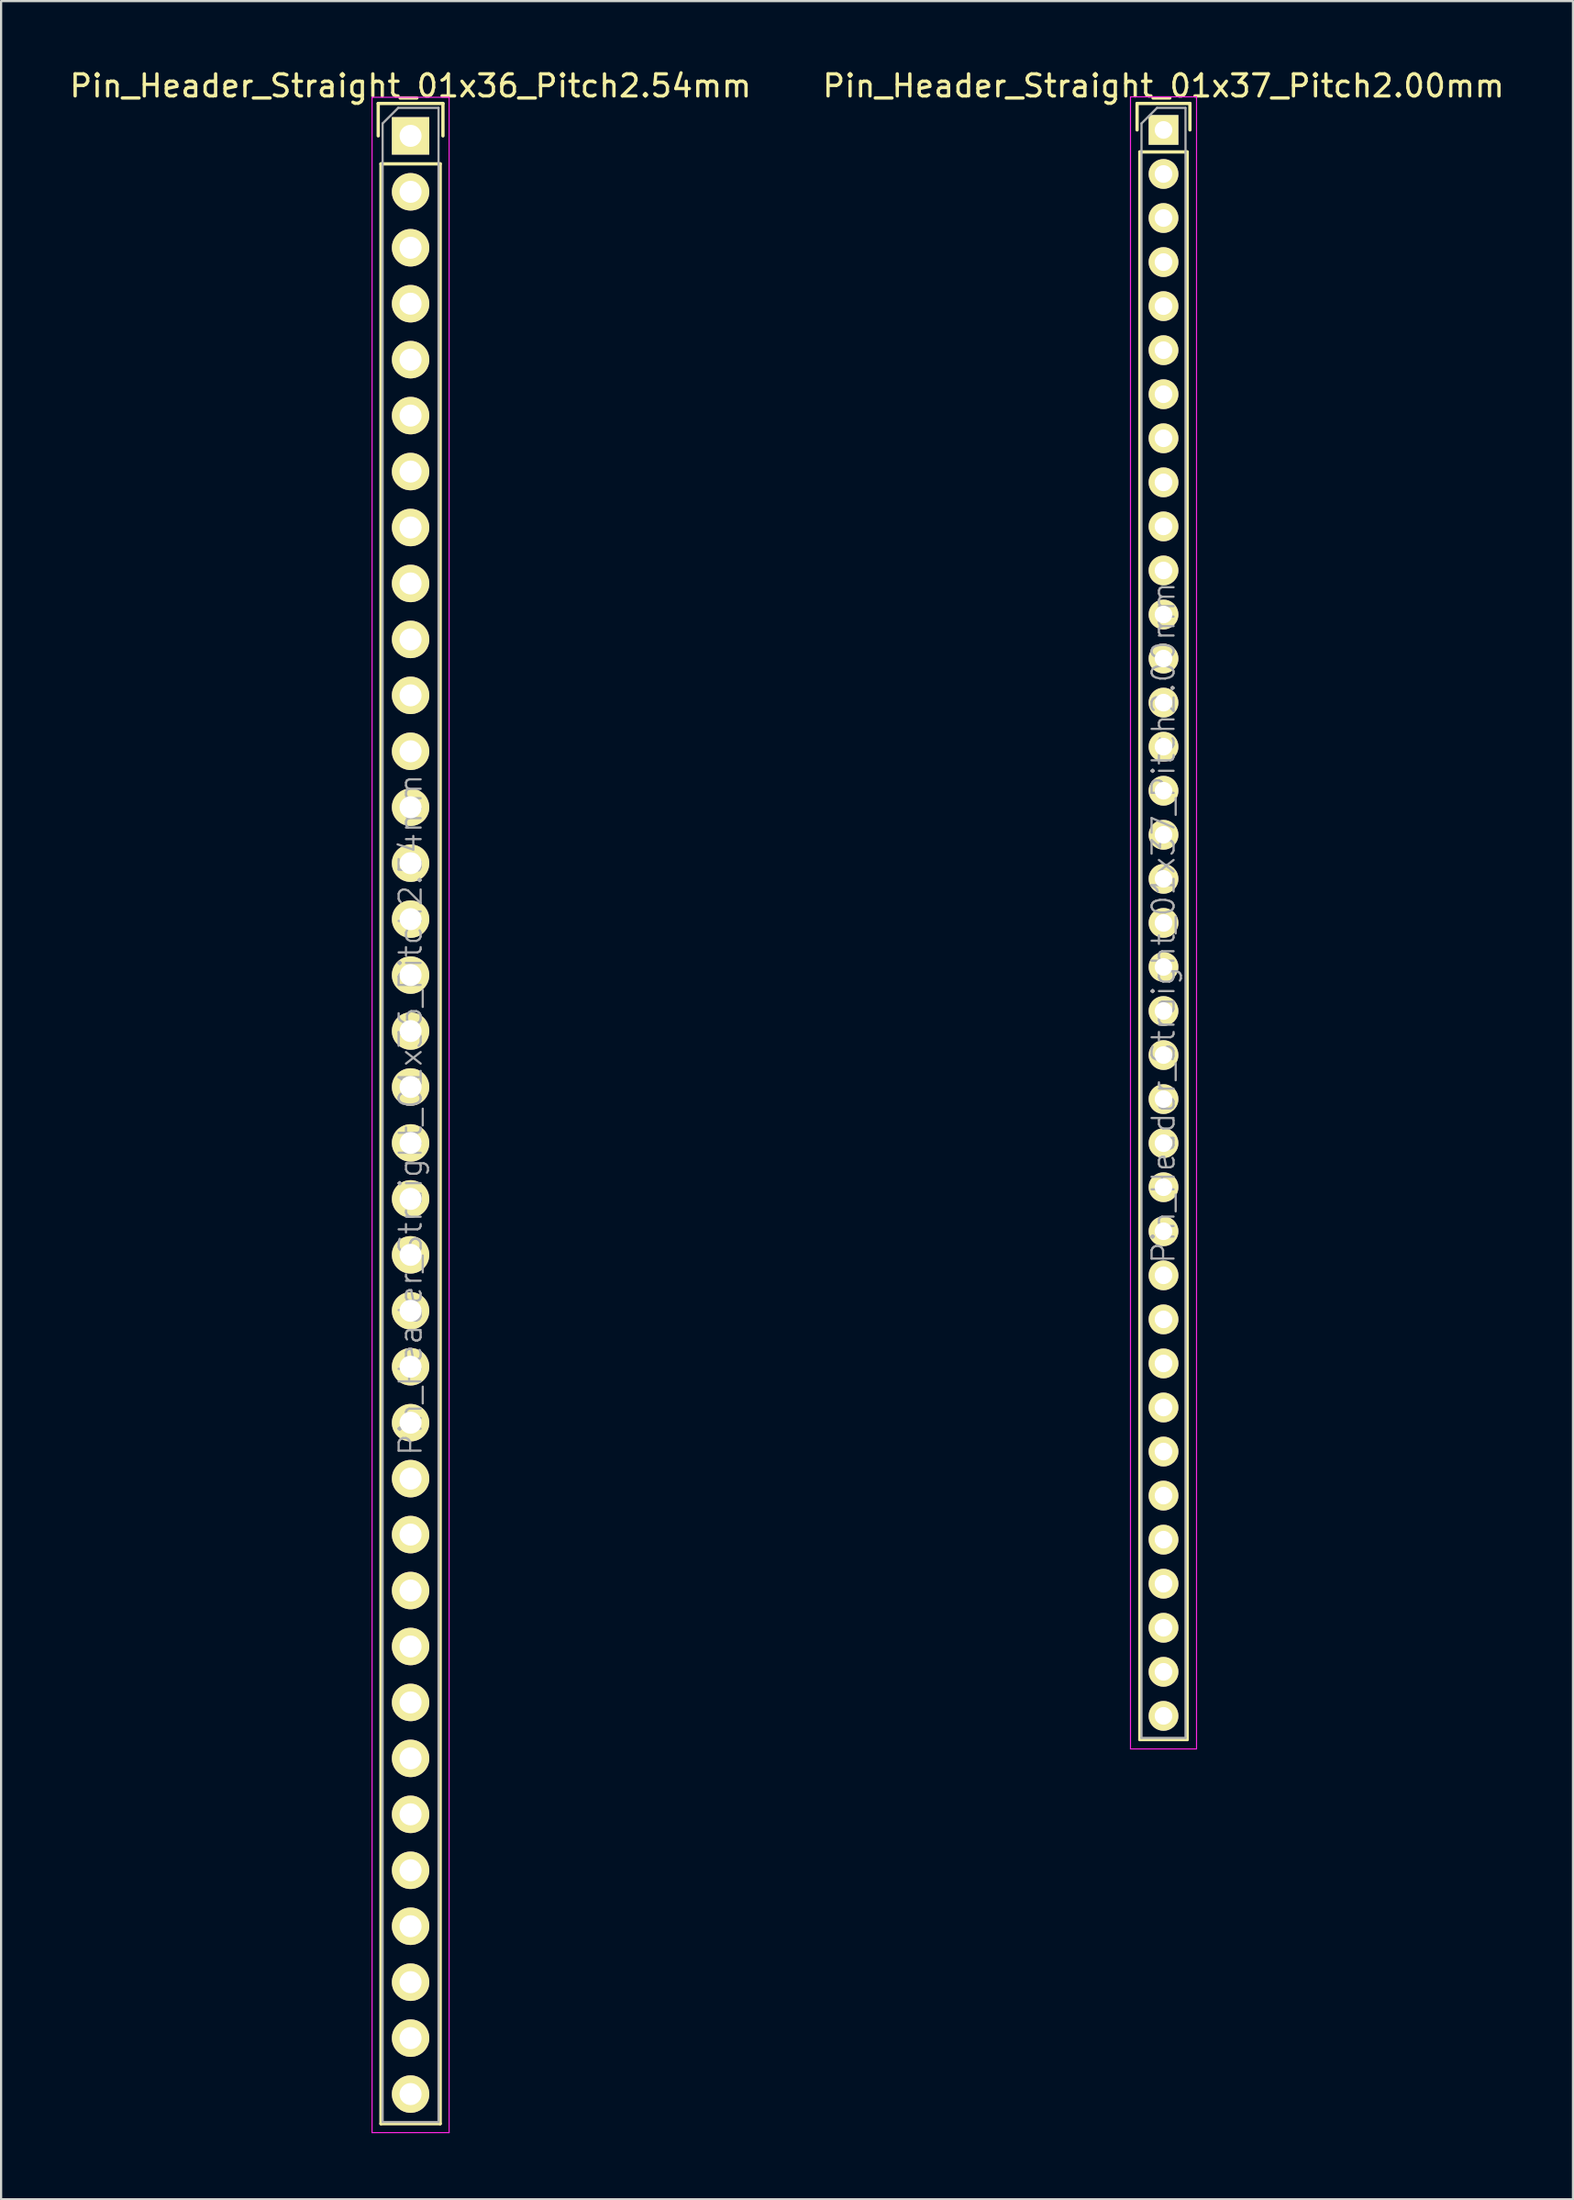
<source format=kicad_pcb>
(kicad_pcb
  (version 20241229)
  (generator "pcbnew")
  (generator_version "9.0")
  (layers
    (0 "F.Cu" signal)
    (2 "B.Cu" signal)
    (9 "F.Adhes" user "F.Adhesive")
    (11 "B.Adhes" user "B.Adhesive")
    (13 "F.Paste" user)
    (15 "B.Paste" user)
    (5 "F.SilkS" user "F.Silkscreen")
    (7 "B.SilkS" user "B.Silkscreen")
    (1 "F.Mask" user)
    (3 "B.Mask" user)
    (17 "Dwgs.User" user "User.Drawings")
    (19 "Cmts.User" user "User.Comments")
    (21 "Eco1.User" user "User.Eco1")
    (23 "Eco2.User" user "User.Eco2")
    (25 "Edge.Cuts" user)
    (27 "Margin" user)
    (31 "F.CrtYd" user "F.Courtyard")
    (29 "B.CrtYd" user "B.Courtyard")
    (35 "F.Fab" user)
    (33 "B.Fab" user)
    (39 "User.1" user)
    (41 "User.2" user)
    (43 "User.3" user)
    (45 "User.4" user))
  (footprint "Pin_Header_Straight_01x36_Pitch2.54mm"
    (layer "F.Cu")
    (at 15.601 3.118)
    (property "Reference" "Pin_Header_Straight_01x36_Pitch2.54mm" (at 0 -2.27 0) (layer "F.SilkS") (effects (font (size 1 1) (thickness 0.15))))
    (attr smd)
    (fp_line (start -1.47 -1.47) (end -1.47 0) (stroke (width 0.15) (type solid)) (layer "F.SilkS"))
    (fp_line (start -1.47 -1.47) (end 1.47 -1.47) (stroke (width 0.15) (type solid)) (layer "F.SilkS"))
    (fp_line (start -1.345 1.27) (end -1.345 90.245) (stroke (width 0.15) (type solid)) (layer "F.SilkS"))
    (fp_line (start -1.345 1.27) (end 1.345 1.27) (stroke (width 0.15) (type solid)) (layer "F.SilkS"))
    (fp_line (start -1.345 90.245) (end 1.345 90.245) (stroke (width 0.15) (type solid)) (layer "F.SilkS"))
    (fp_line (start 1.345 1.27) (end 1.345 90.245) (stroke (width 0.15) (type solid)) (layer "F.SilkS"))
    (fp_line (start 1.47 -1.47) (end 1.47 0) (stroke (width 0.15) (type solid)) (layer "F.SilkS"))
    (fp_line (start -1.75 -1.75) (end -1.75 90.65) (stroke (width 0.05) (type solid)) (layer "F.CrtYd"))
    (fp_line (start 1.75 -1.75) (end -1.75 -1.75) (stroke (width 0.05) (type solid)) (layer "F.CrtYd"))
    (fp_line (start 1.75 -1.75) (end 1.75 90.65) (stroke (width 0.05) (type solid)) (layer "F.CrtYd"))
    (fp_line (start 1.75 90.65) (end -1.75 90.65) (stroke (width 0.05) (type solid)) (layer "F.CrtYd"))
    (fp_line (start -1.27 -0.563) (end -0.563 -1.27) (stroke (width 0.1) (type solid)) (layer "F.Fab"))
    (fp_line (start -1.27 90.17) (end -1.27 -0.563) (stroke (width 0.1) (type solid)) (layer "F.Fab"))
    (fp_line (start 1.27 -1.27) (end -0.563 -1.27) (stroke (width 0.1) (type solid)) (layer "F.Fab"))
    (fp_line (start 1.27 90.17) (end -1.27 90.17) (stroke (width 0.1) (type solid)) (layer "F.Fab"))
    (fp_line (start 1.27 90.17) (end 1.27 -1.27) (stroke (width 0.1) (type solid)) (layer "F.Fab"))
    (fp_text user "${REFERENCE}" (at 0 44.45 90) (layer "F.Fab") (effects (font (size 1 1) (thickness 0.1))))
    (pad "1" thru_hole rect (at 0 0) (size 1.7 1.7) (drill 1) (layers "*.Cu" "*.Mask" "F.SilkS"))
    (pad "2" thru_hole oval (at 0 2.54) (size 1.7 1.7) (drill 1) (layers "*.Cu" "*.Mask" "F.SilkS"))
    (pad "3" thru_hole oval (at 0 5.08) (size 1.7 1.7) (drill 1) (layers "*.Cu" "*.Mask" "F.SilkS"))
    (pad "4" thru_hole oval (at 0 7.62) (size 1.7 1.7) (drill 1) (layers "*.Cu" "*.Mask" "F.SilkS"))
    (pad "5" thru_hole oval (at 0 10.16) (size 1.7 1.7) (drill 1) (layers "*.Cu" "*.Mask" "F.SilkS"))
    (pad "6" thru_hole oval (at 0 12.7) (size 1.7 1.7) (drill 1) (layers "*.Cu" "*.Mask" "F.SilkS"))
    (pad "7" thru_hole oval (at 0 15.24) (size 1.7 1.7) (drill 1) (layers "*.Cu" "*.Mask" "F.SilkS"))
    (pad "8" thru_hole oval (at 0 17.78) (size 1.7 1.7) (drill 1) (layers "*.Cu" "*.Mask" "F.SilkS"))
    (pad "9" thru_hole oval (at 0 20.32) (size 1.7 1.7) (drill 1) (layers "*.Cu" "*.Mask" "F.SilkS"))
    (pad "10" thru_hole oval (at 0 22.86) (size 1.7 1.7) (drill 1) (layers "*.Cu" "*.Mask" "F.SilkS"))
    (pad "11" thru_hole oval (at 0 25.4) (size 1.7 1.7) (drill 1) (layers "*.Cu" "*.Mask" "F.SilkS"))
    (pad "12" thru_hole oval (at 0 27.94) (size 1.7 1.7) (drill 1) (layers "*.Cu" "*.Mask" "F.SilkS"))
    (pad "13" thru_hole oval (at 0 30.48) (size 1.7 1.7) (drill 1) (layers "*.Cu" "*.Mask" "F.SilkS"))
    (pad "14" thru_hole oval (at 0 33.02) (size 1.7 1.7) (drill 1) (layers "*.Cu" "*.Mask" "F.SilkS"))
    (pad "15" thru_hole oval (at 0 35.56) (size 1.7 1.7) (drill 1) (layers "*.Cu" "*.Mask" "F.SilkS"))
    (pad "16" thru_hole oval (at 0 38.1) (size 1.7 1.7) (drill 1) (layers "*.Cu" "*.Mask" "F.SilkS"))
    (pad "17" thru_hole oval (at 0 40.64) (size 1.7 1.7) (drill 1) (layers "*.Cu" "*.Mask" "F.SilkS"))
    (pad "18" thru_hole oval (at 0 43.18) (size 1.7 1.7) (drill 1) (layers "*.Cu" "*.Mask" "F.SilkS"))
    (pad "19" thru_hole oval (at 0 45.72) (size 1.7 1.7) (drill 1) (layers "*.Cu" "*.Mask" "F.SilkS"))
    (pad "20" thru_hole oval (at 0 48.26) (size 1.7 1.7) (drill 1) (layers "*.Cu" "*.Mask" "F.SilkS"))
    (pad "21" thru_hole oval (at 0 50.8) (size 1.7 1.7) (drill 1) (layers "*.Cu" "*.Mask" "F.SilkS"))
    (pad "22" thru_hole oval (at 0 53.34) (size 1.7 1.7) (drill 1) (layers "*.Cu" "*.Mask" "F.SilkS"))
    (pad "23" thru_hole oval (at 0 55.88) (size 1.7 1.7) (drill 1) (layers "*.Cu" "*.Mask" "F.SilkS"))
    (pad "24" thru_hole oval (at 0 58.42) (size 1.7 1.7) (drill 1) (layers "*.Cu" "*.Mask" "F.SilkS"))
    (pad "25" thru_hole oval (at 0 60.96) (size 1.7 1.7) (drill 1) (layers "*.Cu" "*.Mask" "F.SilkS"))
    (pad "26" thru_hole oval (at 0 63.5) (size 1.7 1.7) (drill 1) (layers "*.Cu" "*.Mask" "F.SilkS"))
    (pad "27" thru_hole oval (at 0 66.04) (size 1.7 1.7) (drill 1) (layers "*.Cu" "*.Mask" "F.SilkS"))
    (pad "28" thru_hole oval (at 0 68.58) (size 1.7 1.7) (drill 1) (layers "*.Cu" "*.Mask" "F.SilkS"))
    (pad "29" thru_hole oval (at 0 71.12) (size 1.7 1.7) (drill 1) (layers "*.Cu" "*.Mask" "F.SilkS"))
    (pad "30" thru_hole oval (at 0 73.66) (size 1.7 1.7) (drill 1) (layers "*.Cu" "*.Mask" "F.SilkS"))
    (pad "31" thru_hole oval (at 0 76.2) (size 1.7 1.7) (drill 1) (layers "*.Cu" "*.Mask" "F.SilkS"))
    (pad "32" thru_hole oval (at 0 78.74) (size 1.7 1.7) (drill 1) (layers "*.Cu" "*.Mask" "F.SilkS"))
    (pad "33" thru_hole oval (at 0 81.28) (size 1.7 1.7) (drill 1) (layers "*.Cu" "*.Mask" "F.SilkS"))
    (pad "34" thru_hole oval (at 0 83.82) (size 1.7 1.7) (drill 1) (layers "*.Cu" "*.Mask" "F.SilkS"))
    (pad "35" thru_hole oval (at 0 86.36) (size 1.7 1.7) (drill 1) (layers "*.Cu" "*.Mask" "F.SilkS"))
    (pad "36" thru_hole oval (at 0 88.9) (size 1.7 1.7) (drill 1) (layers "*.Cu" "*.Mask" "F.SilkS")))
  (footprint "Pin_Header_Straight_01x37_Pitch2.00mm"
    (layer "F.Cu")
    (at 49.804 2.848)
    (property "Reference" "Pin_Header_Straight_01x37_Pitch2.00mm" (at 0 -2 0) (layer "F.SilkS") (effects (font (size 1 1) (thickness 0.15))))
    (attr smd)
    (fp_line (start -1.2 -1.2) (end -1.2 0) (stroke (width 0.15) (type solid)) (layer "F.SilkS"))
    (fp_line (start -1.2 -1.2) (end 1.2 -1.2) (stroke (width 0.15) (type solid)) (layer "F.SilkS"))
    (fp_line (start -1.075 1) (end -1.075 73.075) (stroke (width 0.15) (type solid)) (layer "F.SilkS"))
    (fp_line (start -1.075 1) (end 1.075 1) (stroke (width 0.15) (type solid)) (layer "F.SilkS"))
    (fp_line (start -1.075 73.075) (end 1.075 73.075) (stroke (width 0.15) (type solid)) (layer "F.SilkS"))
    (fp_line (start 1.075 1) (end 1.075 73.075) (stroke (width 0.15) (type solid)) (layer "F.SilkS"))
    (fp_line (start 1.2 -1.2) (end 1.2 0) (stroke (width 0.15) (type solid)) (layer "F.SilkS"))
    (fp_line (start -1.5 -1.5) (end -1.5 73.5) (stroke (width 0.05) (type solid)) (layer "F.CrtYd"))
    (fp_line (start 1.5 -1.5) (end -1.5 -1.5) (stroke (width 0.05) (type solid)) (layer "F.CrtYd"))
    (fp_line (start 1.5 -1.5) (end 1.5 73.5) (stroke (width 0.05) (type solid)) (layer "F.CrtYd"))
    (fp_line (start 1.5 73.5) (end -1.5 73.5) (stroke (width 0.05) (type solid)) (layer "F.CrtYd"))
    (fp_line (start -1 -0.293) (end -0.293 -1) (stroke (width 0.1) (type solid)) (layer "F.Fab"))
    (fp_line (start -1 73) (end -1 -0.293) (stroke (width 0.1) (type solid)) (layer "F.Fab"))
    (fp_line (start 1 -1) (end -0.293 -1) (stroke (width 0.1) (type solid)) (layer "F.Fab"))
    (fp_line (start 1 73) (end -1 73) (stroke (width 0.1) (type solid)) (layer "F.Fab"))
    (fp_line (start 1 73) (end 1 -1) (stroke (width 0.1) (type solid)) (layer "F.Fab"))
    (fp_text user "${REFERENCE}" (at 0 36 90) (layer "F.Fab") (effects (font (size 1 1) (thickness 0.1))))
    (pad "1" thru_hole rect (at 0 0) (size 1.35 1.35) (drill 0.8) (layers "*.Cu" "*.Mask" "F.SilkS"))
    (pad "2" thru_hole oval (at 0 2) (size 1.35 1.35) (drill 0.8) (layers "*.Cu" "*.Mask" "F.SilkS"))
    (pad "3" thru_hole oval (at 0 4) (size 1.35 1.35) (drill 0.8) (layers "*.Cu" "*.Mask" "F.SilkS"))
    (pad "4" thru_hole oval (at 0 6) (size 1.35 1.35) (drill 0.8) (layers "*.Cu" "*.Mask" "F.SilkS"))
    (pad "5" thru_hole oval (at 0 8) (size 1.35 1.35) (drill 0.8) (layers "*.Cu" "*.Mask" "F.SilkS"))
    (pad "6" thru_hole oval (at 0 10) (size 1.35 1.35) (drill 0.8) (layers "*.Cu" "*.Mask" "F.SilkS"))
    (pad "7" thru_hole oval (at 0 12) (size 1.35 1.35) (drill 0.8) (layers "*.Cu" "*.Mask" "F.SilkS"))
    (pad "8" thru_hole oval (at 0 14) (size 1.35 1.35) (drill 0.8) (layers "*.Cu" "*.Mask" "F.SilkS"))
    (pad "9" thru_hole oval (at 0 16) (size 1.35 1.35) (drill 0.8) (layers "*.Cu" "*.Mask" "F.SilkS"))
    (pad "10" thru_hole oval (at 0 18) (size 1.35 1.35) (drill 0.8) (layers "*.Cu" "*.Mask" "F.SilkS"))
    (pad "11" thru_hole oval (at 0 20) (size 1.35 1.35) (drill 0.8) (layers "*.Cu" "*.Mask" "F.SilkS"))
    (pad "12" thru_hole oval (at 0 22) (size 1.35 1.35) (drill 0.8) (layers "*.Cu" "*.Mask" "F.SilkS"))
    (pad "13" thru_hole oval (at 0 24) (size 1.35 1.35) (drill 0.8) (layers "*.Cu" "*.Mask" "F.SilkS"))
    (pad "14" thru_hole oval (at 0 26) (size 1.35 1.35) (drill 0.8) (layers "*.Cu" "*.Mask" "F.SilkS"))
    (pad "15" thru_hole oval (at 0 28) (size 1.35 1.35) (drill 0.8) (layers "*.Cu" "*.Mask" "F.SilkS"))
    (pad "16" thru_hole oval (at 0 30) (size 1.35 1.35) (drill 0.8) (layers "*.Cu" "*.Mask" "F.SilkS"))
    (pad "17" thru_hole oval (at 0 32) (size 1.35 1.35) (drill 0.8) (layers "*.Cu" "*.Mask" "F.SilkS"))
    (pad "18" thru_hole oval (at 0 34) (size 1.35 1.35) (drill 0.8) (layers "*.Cu" "*.Mask" "F.SilkS"))
    (pad "19" thru_hole oval (at 0 36) (size 1.35 1.35) (drill 0.8) (layers "*.Cu" "*.Mask" "F.SilkS"))
    (pad "20" thru_hole oval (at 0 38) (size 1.35 1.35) (drill 0.8) (layers "*.Cu" "*.Mask" "F.SilkS"))
    (pad "21" thru_hole oval (at 0 40) (size 1.35 1.35) (drill 0.8) (layers "*.Cu" "*.Mask" "F.SilkS"))
    (pad "22" thru_hole oval (at 0 42) (size 1.35 1.35) (drill 0.8) (layers "*.Cu" "*.Mask" "F.SilkS"))
    (pad "23" thru_hole oval (at 0 44) (size 1.35 1.35) (drill 0.8) (layers "*.Cu" "*.Mask" "F.SilkS"))
    (pad "24" thru_hole oval (at 0 46) (size 1.35 1.35) (drill 0.8) (layers "*.Cu" "*.Mask" "F.SilkS"))
    (pad "25" thru_hole oval (at 0 48) (size 1.35 1.35) (drill 0.8) (layers "*.Cu" "*.Mask" "F.SilkS"))
    (pad "26" thru_hole oval (at 0 50) (size 1.35 1.35) (drill 0.8) (layers "*.Cu" "*.Mask" "F.SilkS"))
    (pad "27" thru_hole oval (at 0 52) (size 1.35 1.35) (drill 0.8) (layers "*.Cu" "*.Mask" "F.SilkS"))
    (pad "28" thru_hole oval (at 0 54) (size 1.35 1.35) (drill 0.8) (layers "*.Cu" "*.Mask" "F.SilkS"))
    (pad "29" thru_hole oval (at 0 56) (size 1.35 1.35) (drill 0.8) (layers "*.Cu" "*.Mask" "F.SilkS"))
    (pad "30" thru_hole oval (at 0 58) (size 1.35 1.35) (drill 0.8) (layers "*.Cu" "*.Mask" "F.SilkS"))
    (pad "31" thru_hole oval (at 0 60) (size 1.35 1.35) (drill 0.8) (layers "*.Cu" "*.Mask" "F.SilkS"))
    (pad "32" thru_hole oval (at 0 62) (size 1.35 1.35) (drill 0.8) (layers "*.Cu" "*.Mask" "F.SilkS"))
    (pad "33" thru_hole oval (at 0 64) (size 1.35 1.35) (drill 0.8) (layers "*.Cu" "*.Mask" "F.SilkS"))
    (pad "34" thru_hole oval (at 0 66) (size 1.35 1.35) (drill 0.8) (layers "*.Cu" "*.Mask" "F.SilkS"))
    (pad "35" thru_hole oval (at 0 68) (size 1.35 1.35) (drill 0.8) (layers "*.Cu" "*.Mask" "F.SilkS"))
    (pad "36" thru_hole oval (at 0 70) (size 1.35 1.35) (drill 0.8) (layers "*.Cu" "*.Mask" "F.SilkS"))
    (pad "37" thru_hole oval (at 0 72) (size 1.35 1.35) (drill 0.8) (layers "*.Cu" "*.Mask" "F.SilkS")))
  (gr_rect
    (start -3 -3)
    (end 68.405 96.793)
    (stroke (width 0.1) (type default))
    (fill no)
    (layer "Edge.Cuts")))
</source>
